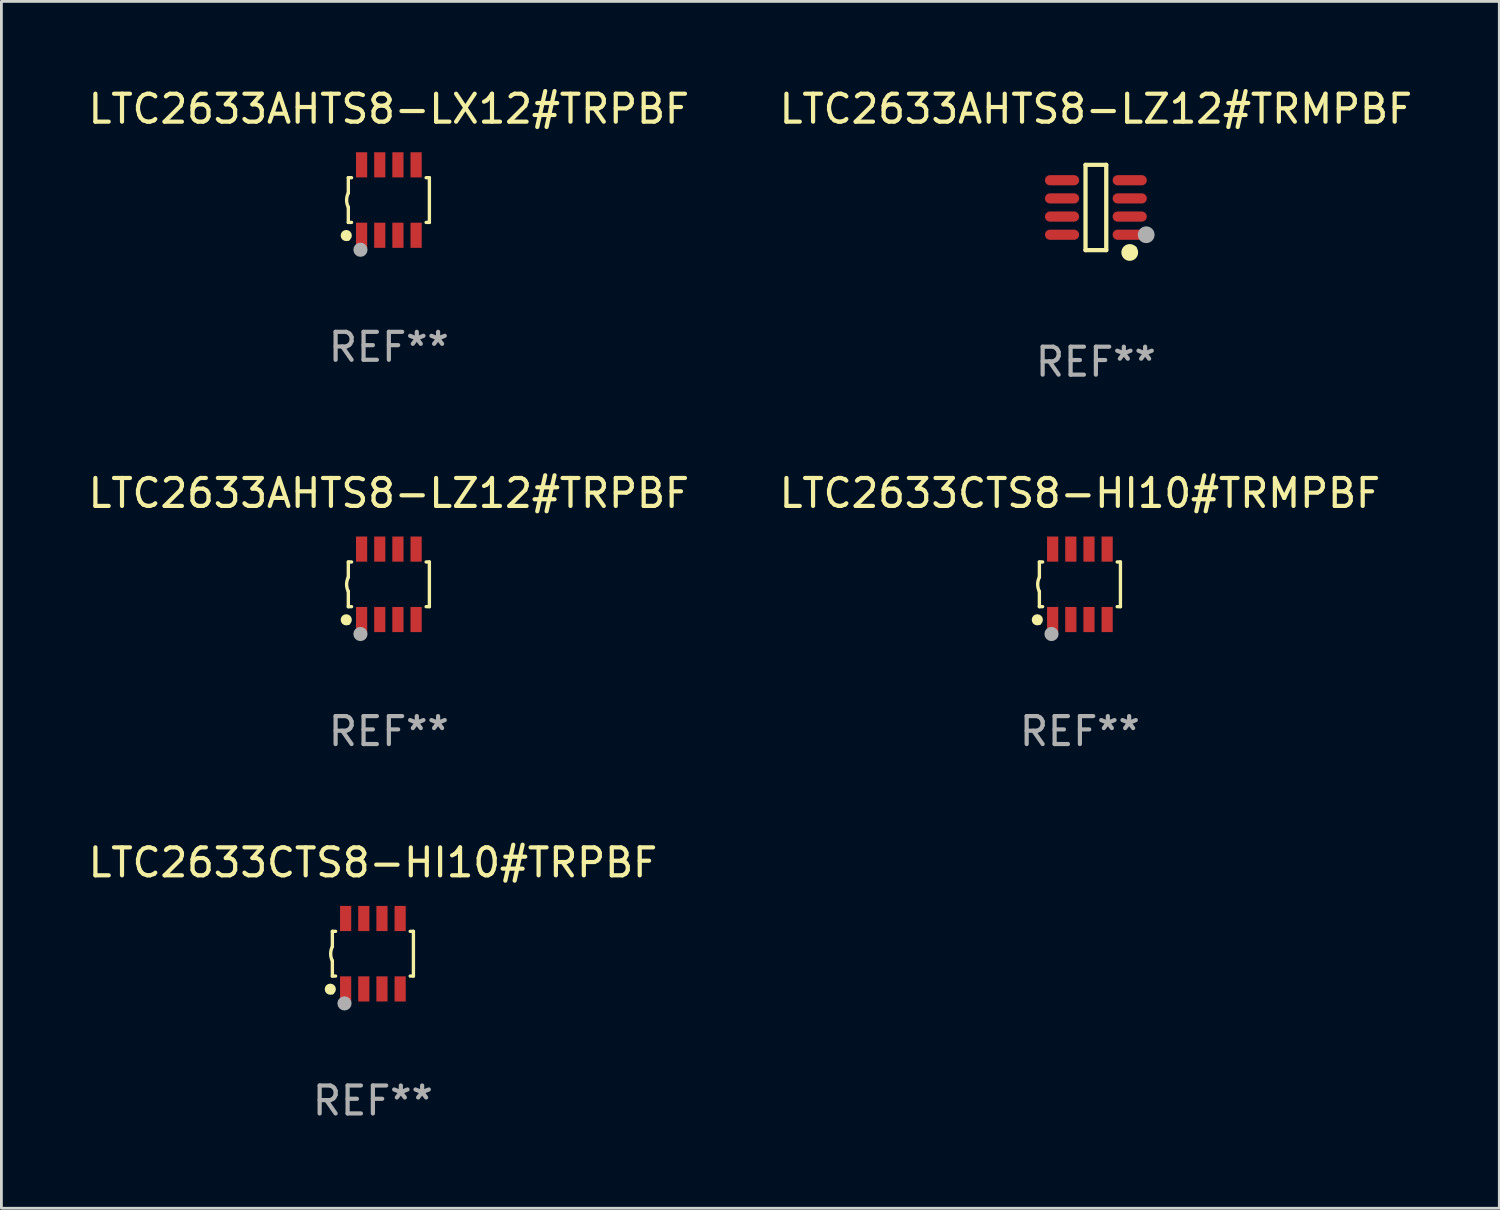
<source format=kicad_pcb>
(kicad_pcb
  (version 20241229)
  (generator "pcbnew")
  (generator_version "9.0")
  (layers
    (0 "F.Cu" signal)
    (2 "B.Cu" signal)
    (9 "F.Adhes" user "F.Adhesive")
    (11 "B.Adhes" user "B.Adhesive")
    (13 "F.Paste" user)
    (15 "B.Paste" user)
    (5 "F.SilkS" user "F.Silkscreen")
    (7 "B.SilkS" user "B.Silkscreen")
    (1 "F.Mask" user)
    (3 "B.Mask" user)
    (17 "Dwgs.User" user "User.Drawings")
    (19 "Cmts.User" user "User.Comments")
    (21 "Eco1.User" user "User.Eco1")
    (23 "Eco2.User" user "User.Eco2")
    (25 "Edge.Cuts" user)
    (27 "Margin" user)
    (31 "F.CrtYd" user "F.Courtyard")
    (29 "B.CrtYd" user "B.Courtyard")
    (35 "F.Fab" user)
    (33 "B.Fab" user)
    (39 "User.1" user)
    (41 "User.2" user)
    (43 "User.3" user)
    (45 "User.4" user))
  (footprint "LTC2633CTS8-HI10#TRPBF"
    (layer "F.Cu")
    (at 10.292 31.074)
    (property "Reference" "LTC2633CTS8-HI10#TRPBF" (at 0 -3.26 0) (layer "F.SilkS") (effects (font (size 1 1) (thickness 0.15))))
    (attr through_hole)
    (fp_line (start -1.45 -0.8) (end -1.45 -0.254) (stroke (width 0.12) (type solid)) (layer "F.SilkS"))
    (fp_line (start -1.45 -0.8) (end -1.334 -0.8) (stroke (width 0.12) (type solid)) (layer "F.SilkS"))
    (fp_line (start -1.45 0.8) (end -1.45 0.254) (stroke (width 0.12) (type solid)) (layer "F.SilkS"))
    (fp_line (start -1.45 0.8) (end -1.334 0.8) (stroke (width 0.12) (type solid)) (layer "F.SilkS"))
    (fp_line (start 1.334 -0.8) (end 1.45 -0.8) (stroke (width 0.12) (type solid)) (layer "F.SilkS"))
    (fp_line (start 1.334 0.8) (end 1.45 0.8) (stroke (width 0.12) (type solid)) (layer "F.SilkS"))
    (fp_line (start 1.45 0.8) (end 1.45 -0.8) (stroke (width 0.12) (type solid)) (layer "F.SilkS"))
    (fp_arc (start -1.45075 0.255144) (mid -1.510605 0.000434) (end -1.450013 -0.254102) (stroke (width 0.11999) (type solid)) (layer "F.SilkS"))
    (fp_circle (center -1.524 1.27) (end -1.424 1.27) (stroke (width 0.2) (type solid)) (fill no) (layer "F.SilkS"))
    (fp_circle (center -1.45 1.4) (end -1.42 1.4) (stroke (width 0.06) (type solid)) (fill no) (layer "F.SilkS"))
    (fp_circle (center -1.016 1.778) (end -0.889 1.778) (stroke (width 0.254) (type solid)) (fill no) (layer "F.Fab"))
    (fp_text user "REF**" (at 0 5.26 0) (layer "F.Fab") (effects (font (size 1 1) (thickness 0.15))))
    (pad "1" smd rect (at -0.975 1.26) (size 0.4 0.9) (layers "F.Cu" "F.Mask" "F.Paste"))
    (pad "2" smd rect (at -0.325 1.26) (size 0.4 0.9) (layers "F.Cu" "F.Mask" "F.Paste"))
    (pad "3" smd rect (at 0.325 1.26) (size 0.4 0.9) (layers "F.Cu" "F.Mask" "F.Paste"))
    (pad "4" smd rect (at 0.975 1.26) (size 0.4 0.9) (layers "F.Cu" "F.Mask" "F.Paste"))
    (pad "5" smd rect (at 0.975 -1.26) (size 0.4 0.9) (layers "F.Cu" "F.Mask" "F.Paste"))
    (pad "6" smd rect (at 0.325 -1.26) (size 0.4 0.9) (layers "F.Cu" "F.Mask" "F.Paste"))
    (pad "7" smd rect (at -0.325 -1.26) (size 0.4 0.9) (layers "F.Cu" "F.Mask" "F.Paste"))
    (pad "8" smd rect (at -0.975 -1.26) (size 0.4 0.9) (layers "F.Cu" "F.Mask" "F.Paste")))
  (footprint "LTC2633AHTS8-LZ12#TRPBF"
    (layer "F.Cu")
    (at 10.863 17.857)
    (property "Reference" "LTC2633AHTS8-LZ12#TRPBF" (at 0 -3.26 0) (layer "F.SilkS") (effects (font (size 1 1) (thickness 0.15))))
    (attr through_hole)
    (fp_line (start -1.45 -0.8) (end -1.45 -0.254) (stroke (width 0.12) (type solid)) (layer "F.SilkS"))
    (fp_line (start -1.45 -0.8) (end -1.334 -0.8) (stroke (width 0.12) (type solid)) (layer "F.SilkS"))
    (fp_line (start -1.45 0.8) (end -1.45 0.254) (stroke (width 0.12) (type solid)) (layer "F.SilkS"))
    (fp_line (start -1.45 0.8) (end -1.334 0.8) (stroke (width 0.12) (type solid)) (layer "F.SilkS"))
    (fp_line (start 1.334 -0.8) (end 1.45 -0.8) (stroke (width 0.12) (type solid)) (layer "F.SilkS"))
    (fp_line (start 1.334 0.8) (end 1.45 0.8) (stroke (width 0.12) (type solid)) (layer "F.SilkS"))
    (fp_line (start 1.45 0.8) (end 1.45 -0.8) (stroke (width 0.12) (type solid)) (layer "F.SilkS"))
    (fp_arc (start -1.45075 0.255144) (mid -1.510605 0.000434) (end -1.450013 -0.254102) (stroke (width 0.11999) (type solid)) (layer "F.SilkS"))
    (fp_circle (center -1.524 1.27) (end -1.424 1.27) (stroke (width 0.2) (type solid)) (fill no) (layer "F.SilkS"))
    (fp_circle (center -1.45 1.4) (end -1.42 1.4) (stroke (width 0.06) (type solid)) (fill no) (layer "F.SilkS"))
    (fp_circle (center -1.016 1.778) (end -0.889 1.778) (stroke (width 0.254) (type solid)) (fill no) (layer "F.Fab"))
    (fp_text user "REF**" (at 0 5.26 0) (layer "F.Fab") (effects (font (size 1 1) (thickness 0.15))))
    (pad "1" smd rect (at -0.975 1.26) (size 0.4 0.9) (layers "F.Cu" "F.Mask" "F.Paste"))
    (pad "2" smd rect (at -0.325 1.26) (size 0.4 0.9) (layers "F.Cu" "F.Mask" "F.Paste"))
    (pad "3" smd rect (at 0.325 1.26) (size 0.4 0.9) (layers "F.Cu" "F.Mask" "F.Paste"))
    (pad "4" smd rect (at 0.975 1.26) (size 0.4 0.9) (layers "F.Cu" "F.Mask" "F.Paste"))
    (pad "5" smd rect (at 0.975 -1.26) (size 0.4 0.9) (layers "F.Cu" "F.Mask" "F.Paste"))
    (pad "6" smd rect (at 0.325 -1.26) (size 0.4 0.9) (layers "F.Cu" "F.Mask" "F.Paste"))
    (pad "7" smd rect (at -0.325 -1.26) (size 0.4 0.9) (layers "F.Cu" "F.Mask" "F.Paste"))
    (pad "8" smd rect (at -0.975 -1.26) (size 0.4 0.9) (layers "F.Cu" "F.Mask" "F.Paste")))
  (footprint "LTC2633CTS8-HI10#TRMPBF"
    (layer "F.Cu")
    (at 35.589 17.857)
    (property "Reference" "LTC2633CTS8-HI10#TRMPBF" (at 0 -3.26 0) (layer "F.SilkS") (effects (font (size 1 1) (thickness 0.15))))
    (attr through_hole)
    (fp_line (start -1.45 -0.8) (end -1.45 -0.254) (stroke (width 0.12) (type solid)) (layer "F.SilkS"))
    (fp_line (start -1.45 -0.8) (end -1.334 -0.8) (stroke (width 0.12) (type solid)) (layer "F.SilkS"))
    (fp_line (start -1.45 0.8) (end -1.45 0.254) (stroke (width 0.12) (type solid)) (layer "F.SilkS"))
    (fp_line (start -1.45 0.8) (end -1.334 0.8) (stroke (width 0.12) (type solid)) (layer "F.SilkS"))
    (fp_line (start 1.334 -0.8) (end 1.45 -0.8) (stroke (width 0.12) (type solid)) (layer "F.SilkS"))
    (fp_line (start 1.334 0.8) (end 1.45 0.8) (stroke (width 0.12) (type solid)) (layer "F.SilkS"))
    (fp_line (start 1.45 0.8) (end 1.45 -0.8) (stroke (width 0.12) (type solid)) (layer "F.SilkS"))
    (fp_arc (start -1.45075 0.255144) (mid -1.510605 0.000434) (end -1.450013 -0.254102) (stroke (width 0.11999) (type solid)) (layer "F.SilkS"))
    (fp_circle (center -1.524 1.27) (end -1.424 1.27) (stroke (width 0.2) (type solid)) (fill no) (layer "F.SilkS"))
    (fp_circle (center -1.45 1.4) (end -1.42 1.4) (stroke (width 0.06) (type solid)) (fill no) (layer "F.SilkS"))
    (fp_circle (center -1.016 1.778) (end -0.889 1.778) (stroke (width 0.254) (type solid)) (fill no) (layer "F.Fab"))
    (fp_text user "REF**" (at 0 5.26 0) (layer "F.Fab") (effects (font (size 1 1) (thickness 0.15))))
    (pad "1" smd rect (at -0.975 1.26) (size 0.4 0.9) (layers "F.Cu" "F.Mask" "F.Paste"))
    (pad "2" smd rect (at -0.325 1.26) (size 0.4 0.9) (layers "F.Cu" "F.Mask" "F.Paste"))
    (pad "3" smd rect (at 0.325 1.26) (size 0.4 0.9) (layers "F.Cu" "F.Mask" "F.Paste"))
    (pad "4" smd rect (at 0.975 1.26) (size 0.4 0.9) (layers "F.Cu" "F.Mask" "F.Paste"))
    (pad "5" smd rect (at 0.975 -1.26) (size 0.4 0.9) (layers "F.Cu" "F.Mask" "F.Paste"))
    (pad "6" smd rect (at 0.325 -1.26) (size 0.4 0.9) (layers "F.Cu" "F.Mask" "F.Paste"))
    (pad "7" smd rect (at -0.325 -1.26) (size 0.4 0.9) (layers "F.Cu" "F.Mask" "F.Paste"))
    (pad "8" smd rect (at -0.975 -1.26) (size 0.4 0.9) (layers "F.Cu" "F.Mask" "F.Paste")))
  (footprint "LTC2633AHTS8-LZ12#TRMPBF"
    (layer "F.Cu")
    (at 36.161 4.374)
    (property "Reference" "LTC2633AHTS8-LZ12#TRMPBF" (at 0 -3.526 0) (layer "F.SilkS") (effects (font (size 1 1) (thickness 0.15))))
    (attr through_hole)
    (fp_line (start -0.371 -1.526) (end 0.371 -1.526) (stroke (width 0.152) (type solid)) (layer "F.SilkS"))
    (fp_line (start -0.371 1.526) (end -0.371 -1.526) (stroke (width 0.152) (type solid)) (layer "F.SilkS"))
    (fp_line (start 0.371 -1.526) (end 0.371 1.526) (stroke (width 0.152) (type solid)) (layer "F.SilkS"))
    (fp_line (start 0.371 1.526) (end -0.371 1.526) (stroke (width 0.152) (type solid)) (layer "F.SilkS"))
    (fp_circle (center 1.211 1.609) (end 1.361 1.609) (stroke (width 0.3) (type solid)) (fill no) (layer "F.SilkS"))
    (fp_circle (center 1.4 1.45) (end 1.43 1.45) (stroke (width 0.06) (type solid)) (fill no) (layer "F.SilkS"))
    (fp_circle (center 1.8 0.975) (end 1.95 0.975) (stroke (width 0.3) (type solid)) (fill no) (layer "F.Fab"))
    (fp_text user "REF**" (at 0 5.526 0) (layer "F.Fab") (effects (font (size 1 1) (thickness 0.15))))
    (pad "1" smd oval (at 1.211 0.975) (size 1.222 0.364) (layers "F.Cu" "F.Mask" "F.Paste"))
    (pad "2" smd oval (at 1.211 0.325) (size 1.222 0.364) (layers "F.Cu" "F.Mask" "F.Paste"))
    (pad "3" smd oval (at 1.211 -0.325) (size 1.222 0.364) (layers "F.Cu" "F.Mask" "F.Paste"))
    (pad "4" smd oval (at 1.211 -0.975) (size 1.222 0.364) (layers "F.Cu" "F.Mask" "F.Paste"))
    (pad "5" smd oval (at -1.211 -0.975) (size 1.222 0.364) (layers "F.Cu" "F.Mask" "F.Paste"))
    (pad "6" smd oval (at -1.211 -0.325) (size 1.222 0.364) (layers "F.Cu" "F.Mask" "F.Paste"))
    (pad "7" smd oval (at -1.211 0.325) (size 1.222 0.364) (layers "F.Cu" "F.Mask" "F.Paste"))
    (pad "8" smd oval (at -1.211 0.975) (size 1.222 0.364) (layers "F.Cu" "F.Mask" "F.Paste")))
  (footprint "LTC2633AHTS8-LX12#TRPBF"
    (layer "F.Cu")
    (at 10.863 4.108)
    (property "Reference" "LTC2633AHTS8-LX12#TRPBF" (at 0 -3.26 0) (layer "F.SilkS") (effects (font (size 1 1) (thickness 0.15))))
    (attr through_hole)
    (fp_line (start -1.45 -0.8) (end -1.45 -0.254) (stroke (width 0.12) (type solid)) (layer "F.SilkS"))
    (fp_line (start -1.45 -0.8) (end -1.334 -0.8) (stroke (width 0.12) (type solid)) (layer "F.SilkS"))
    (fp_line (start -1.45 0.8) (end -1.45 0.254) (stroke (width 0.12) (type solid)) (layer "F.SilkS"))
    (fp_line (start -1.45 0.8) (end -1.334 0.8) (stroke (width 0.12) (type solid)) (layer "F.SilkS"))
    (fp_line (start 1.334 -0.8) (end 1.45 -0.8) (stroke (width 0.12) (type solid)) (layer "F.SilkS"))
    (fp_line (start 1.334 0.8) (end 1.45 0.8) (stroke (width 0.12) (type solid)) (layer "F.SilkS"))
    (fp_line (start 1.45 0.8) (end 1.45 -0.8) (stroke (width 0.12) (type solid)) (layer "F.SilkS"))
    (fp_arc (start -1.45075 0.255144) (mid -1.510605 0.000434) (end -1.450013 -0.254102) (stroke (width 0.11999) (type solid)) (layer "F.SilkS"))
    (fp_circle (center -1.524 1.27) (end -1.424 1.27) (stroke (width 0.2) (type solid)) (fill no) (layer "F.SilkS"))
    (fp_circle (center -1.45 1.4) (end -1.42 1.4) (stroke (width 0.06) (type solid)) (fill no) (layer "F.SilkS"))
    (fp_circle (center -1.016 1.778) (end -0.889 1.778) (stroke (width 0.254) (type solid)) (fill no) (layer "F.Fab"))
    (fp_text user "REF**" (at 0 5.26 0) (layer "F.Fab") (effects (font (size 1 1) (thickness 0.15))))
    (pad "1" smd rect (at -0.975 1.26) (size 0.4 0.9) (layers "F.Cu" "F.Mask" "F.Paste"))
    (pad "2" smd rect (at -0.325 1.26) (size 0.4 0.9) (layers "F.Cu" "F.Mask" "F.Paste"))
    (pad "3" smd rect (at 0.325 1.26) (size 0.4 0.9) (layers "F.Cu" "F.Mask" "F.Paste"))
    (pad "4" smd rect (at 0.975 1.26) (size 0.4 0.9) (layers "F.Cu" "F.Mask" "F.Paste"))
    (pad "5" smd rect (at 0.975 -1.26) (size 0.4 0.9) (layers "F.Cu" "F.Mask" "F.Paste"))
    (pad "6" smd rect (at 0.325 -1.26) (size 0.4 0.9) (layers "F.Cu" "F.Mask" "F.Paste"))
    (pad "7" smd rect (at -0.325 -1.26) (size 0.4 0.9) (layers "F.Cu" "F.Mask" "F.Paste"))
    (pad "8" smd rect (at -0.975 -1.26) (size 0.4 0.9) (layers "F.Cu" "F.Mask" "F.Paste")))
  (gr_rect
    (start -3 -3)
    (end 50.595 40.182)
    (stroke (width 0.1) (type default))
    (fill no)
    (layer "Edge.Cuts")))
</source>
